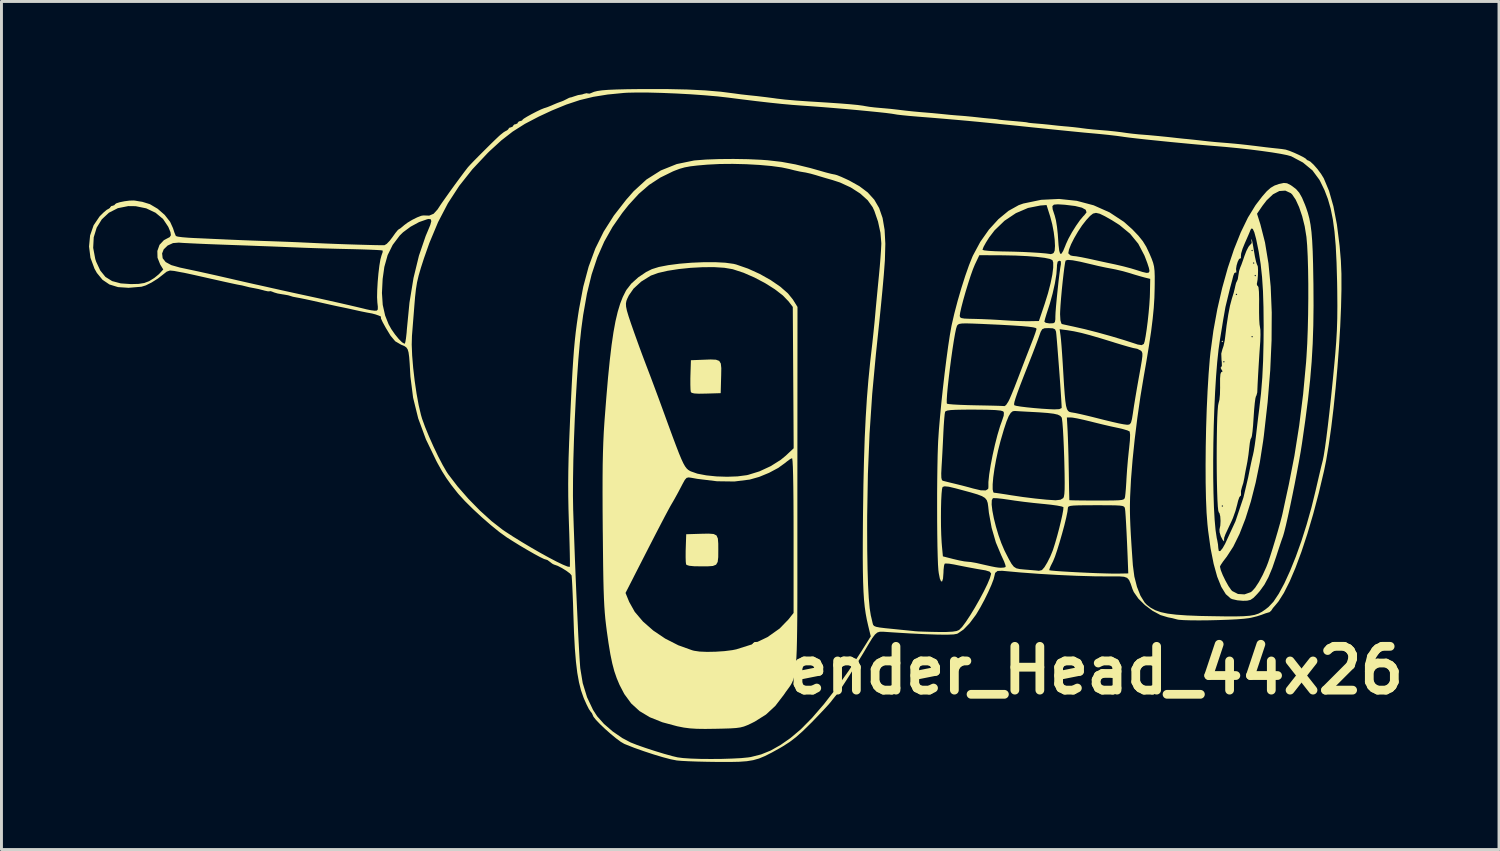
<source format=kicad_pcb>
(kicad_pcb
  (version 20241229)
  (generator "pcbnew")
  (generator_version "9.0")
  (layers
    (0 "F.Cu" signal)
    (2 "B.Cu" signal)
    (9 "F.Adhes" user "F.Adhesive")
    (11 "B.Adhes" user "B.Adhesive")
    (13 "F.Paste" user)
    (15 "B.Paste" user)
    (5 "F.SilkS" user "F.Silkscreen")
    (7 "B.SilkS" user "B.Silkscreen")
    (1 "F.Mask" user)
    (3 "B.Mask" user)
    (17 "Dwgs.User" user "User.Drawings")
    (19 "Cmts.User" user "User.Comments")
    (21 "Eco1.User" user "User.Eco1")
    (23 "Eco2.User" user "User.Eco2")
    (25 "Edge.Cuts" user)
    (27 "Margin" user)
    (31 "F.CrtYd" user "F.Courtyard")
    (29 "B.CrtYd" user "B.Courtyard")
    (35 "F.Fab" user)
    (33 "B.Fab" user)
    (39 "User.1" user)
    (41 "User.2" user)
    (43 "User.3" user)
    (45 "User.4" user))
  (footprint "Bender_Head_44x26"
    (layer "F.Cu")
    (at 21.45 10.713)
    (property "Reference" "Bender_Head_44x26" (at 12.3 9.2 0) (layer "F.SilkS") (effects (font (size 1.5 1.5) (thickness 0.3))))
    (attr board_only exclude_from_pos_files exclude_from_bom)
    (fp_poly (pts (xy 17.399 -2.067) (xy 17.372 -2.041) (xy 17.345 -2.067) (xy 17.372 -2.094)) (stroke (width 0) (type solid)) (fill yes) (layer "F.SilkS"))
    (fp_poly (pts (xy 0.026 -1.441) (xy 0.137 -1.4) (xy 0.192 -1.31) (xy 0.209 -1.153) (xy 0.205 -0.914) (xy 0.203 -0.844) (xy 0.188 -0.295) (xy -0.31 -0.28) (xy -0.559 -0.276) (xy -0.719 -0.285) (xy -0.806 -0.307) (xy -0.835 -0.338) (xy -0.846 -0.421) (xy -0.851 -0.584) (xy -0.851 -0.797) (xy -0.848 -0.917) (xy -0.832 -1.423) (xy -0.43 -1.439) (xy -0.157 -1.449)) (stroke (width 0) (type solid)) (fill yes) (layer "F.SilkS"))
    (fp_poly (pts (xy -0.053 4.53) (xy 0.044 4.579) (xy 0.091 4.683) (xy 0.105 4.859) (xy 0.106 5.075) (xy 0.104 5.324) (xy 0.085 5.487) (xy 0.03 5.581) (xy -0.08 5.625) (xy -0.264 5.638) (xy -0.464 5.638) (xy -0.724 5.634) (xy -0.89 5.618) (xy -0.977 5.59) (xy -0.997 5.567) (xy -1.008 5.484) (xy -1.013 5.322) (xy -1.012 5.112) (xy -1.009 5.017) (xy -0.993 4.538) (xy -0.477 4.522) (xy -0.221 4.517)) (stroke (width 0) (type solid)) (fill yes) (layer "F.SilkS"))
    (fp_poly (pts (xy 18.381 -5.565) (xy 18.403 -5.469) (xy 18.433 -5.303) (xy 18.453 -5.182) (xy 18.49 -4.968) (xy 18.527 -4.799) (xy 18.559 -4.7) (xy 18.57 -4.684) (xy 18.589 -4.629) (xy 18.596 -4.503) (xy 18.592 -4.342) (xy 18.58 -4.182) (xy 18.559 -4.06) (xy 18.553 -4.041) (xy 18.564 -3.98) (xy 18.586 -3.974) (xy 18.611 -3.921) (xy 18.627 -3.766) (xy 18.633 -3.514) (xy 18.631 -3.316) (xy 18.631 -3.053) (xy 18.636 -2.822) (xy 18.647 -2.649) (xy 18.662 -2.559) (xy 18.676 -2.464) (xy 18.679 -2.292) (xy 18.672 -2.071) (xy 18.663 -1.941) (xy 18.642 -1.644) (xy 18.62 -1.291) (xy 18.598 -0.924) (xy 18.58 -0.585) (xy 18.569 -0.322) (xy 18.54 -0.214) (xy 18.524 -0.188) (xy 18.505 -0.116) (xy 18.484 0.04) (xy 18.463 0.259) (xy 18.445 0.519) (xy 18.443 0.55) (xy 18.426 0.807) (xy 18.406 1.02) (xy 18.385 1.169) (xy 18.367 1.234) (xy 18.364 1.235) (xy 18.339 1.284) (xy 18.314 1.411) (xy 18.295 1.571) (xy 18.268 1.807) (xy 18.231 2.049) (xy 18.207 2.175) (xy 18.168 2.368) (xy 18.136 2.546) (xy 18.127 2.604) (xy 18.091 2.78) (xy 18.046 2.922) (xy 18.011 3.055) (xy 18.012 3.151) (xy 18.011 3.214) (xy 17.992 3.222) (xy 17.955 3.27) (xy 17.912 3.393) (xy 17.883 3.514) (xy 17.822 3.739) (xy 17.735 3.983) (xy 17.688 4.091) (xy 17.599 4.28) (xy 17.518 4.454) (xy 17.48 4.535) (xy 17.436 4.657) (xy 17.431 4.735) (xy 17.433 4.737) (xy 17.433 4.778) (xy 17.426 4.779) (xy 17.386 4.735) (xy 17.33 4.627) (xy 17.321 4.608) (xy 17.279 4.472) (xy 17.274 4.373) (xy 17.276 4.367) (xy 17.303 4.24) (xy 17.311 4.08) (xy 17.301 3.926) (xy 17.275 3.817) (xy 17.251 3.788) (xy 17.233 3.729) (xy 17.217 3.578) (xy 17.217 3.571) (xy 17.345 3.571) (xy 17.372 3.598) (xy 17.399 3.571) (xy 17.372 3.544) (xy 17.345 3.571) (xy 17.217 3.571) (xy 17.204 3.35) (xy 17.194 3.06) (xy 17.186 2.722) (xy 17.181 2.352) (xy 17.179 1.965) (xy 17.18 1.576) (xy 17.184 1.2) (xy 17.19 0.852) (xy 17.199 0.547) (xy 17.212 0.3) (xy 17.227 0.126) (xy 17.245 0.04) (xy 17.273 -0.069) (xy 17.291 -0.256) (xy 17.296 -0.49) (xy 17.295 -0.547) (xy 17.295 -0.798) (xy 17.308 -0.951) (xy 17.336 -1.016) (xy 17.348 -1.02) (xy 17.383 -1.041) (xy 17.345 -1.101) (xy 17.312 -1.165) (xy 17.33 -1.181) (xy 17.356 -1.23) (xy 17.353 -1.36) (xy 17.352 -1.369) (xy 17.399 -1.369) (xy 17.426 -1.342) (xy 17.452 -1.369) (xy 17.426 -1.396) (xy 17.399 -1.369) (xy 17.352 -1.369) (xy 17.345 -1.424) (xy 17.336 -1.65) (xy 17.373 -1.792) (xy 17.416 -1.918) (xy 17.454 -2.099) (xy 17.468 -2.207) (xy 17.471 -2.229) (xy 18.365 -2.229) (xy 18.392 -2.202) (xy 18.419 -2.229) (xy 18.392 -2.255) (xy 18.365 -2.229) (xy 17.471 -2.229) (xy 17.517 -2.608) (xy 17.574 -2.978) (xy 17.635 -3.292) (xy 17.697 -3.526) (xy 17.703 -3.544) (xy 17.744 -3.678) (xy 17.828 -3.678) (xy 17.855 -3.652) (xy 17.882 -3.678) (xy 17.855 -3.705) (xy 17.828 -3.678) (xy 17.744 -3.678) (xy 17.76 -3.729) (xy 17.803 -3.902) (xy 17.812 -3.947) (xy 17.842 -4.07) (xy 17.874 -4.135) (xy 17.902 -4.202) (xy 17.921 -4.323) (xy 18.473 -4.323) (xy 18.5 -4.296) (xy 18.526 -4.323) (xy 18.5 -4.35) (xy 18.473 -4.323) (xy 17.921 -4.323) (xy 17.947 -4.479) (xy 17.983 -4.591) (xy 18.028 -4.701) (xy 18.046 -4.752) (xy 18.419 -4.752) (xy 18.446 -4.726) (xy 18.473 -4.752) (xy 18.446 -4.779) (xy 18.419 -4.752) (xy 18.046 -4.752) (xy 18.088 -4.87) (xy 18.13 -4.994) (xy 18.197 -5.169) (xy 18.204 -5.182) (xy 18.365 -5.182) (xy 18.392 -5.155) (xy 18.419 -5.182) (xy 18.392 -5.209) (xy 18.365 -5.182) (xy 18.204 -5.182) (xy 18.267 -5.306) (xy 18.309 -5.359) (xy 18.371 -5.426) (xy 18.379 -5.453) (xy 18.37 -5.521) (xy 18.371 -5.571)) (stroke (width 0) (type solid)) (fill yes) (layer "F.SilkS"))
    (fp_poly (pts (xy 0.35 -4.763) (xy 0.633 -4.724) (xy 0.72 -4.702) (xy 1.125 -4.561) (xy 1.524 -4.38) (xy 1.899 -4.169) (xy 2.227 -3.944) (xy 2.49 -3.714) (xy 2.658 -3.507) (xy 2.819 -3.249) (xy 2.815 3.007) (xy 2.815 3.965) (xy 2.815 4.822) (xy 2.815 5.584) (xy 2.815 6.256) (xy 2.814 6.846) (xy 2.812 7.359) (xy 2.807 7.802) (xy 2.801 8.181) (xy 2.793 8.501) (xy 2.781 8.769) (xy 2.766 8.991) (xy 2.748 9.174) (xy 2.725 9.323) (xy 2.698 9.444) (xy 2.666 9.544) (xy 2.629 9.629) (xy 2.586 9.705) (xy 2.537 9.778) (xy 2.481 9.854) (xy 2.418 9.94) (xy 2.348 10.042) (xy 2.348 10.042) (xy 2.059 10.419) (xy 1.739 10.715) (xy 1.358 10.955) (xy 1.235 11.017) (xy 1.099 11.08) (xy 0.982 11.125) (xy 0.861 11.156) (xy 0.714 11.176) (xy 0.519 11.189) (xy 0.253 11.197) (xy 0.027 11.202) (xy -0.341 11.207) (xy -0.629 11.203) (xy -0.864 11.188) (xy -1.074 11.161) (xy -1.285 11.119) (xy -1.289 11.119) (xy -1.81 10.979) (xy -2.24 10.807) (xy -2.592 10.596) (xy -2.878 10.334) (xy -3.113 10.013) (xy -3.276 9.701) (xy -3.374 9.468) (xy -3.456 9.229) (xy -3.526 8.964) (xy -3.591 8.651) (xy -3.654 8.271) (xy -3.712 7.864) (xy -3.739 7.651) (xy -3.763 7.444) (xy -3.782 7.232) (xy -3.798 7.001) (xy -3.811 6.74) (xy -3.818 6.549) (xy -3.072 6.549) (xy -2.946 6.857) (xy -2.756 7.196) (xy -2.475 7.527) (xy -2.122 7.837) (xy -1.712 8.113) (xy -1.263 8.342) (xy -0.792 8.511) (xy -0.725 8.529) (xy -0.537 8.557) (xy -0.278 8.568) (xy 0.018 8.562) (xy 0.318 8.542) (xy 0.587 8.508) (xy 0.725 8.48) (xy 1.295 8.3) (xy 1.792 8.061) (xy 2.207 7.768) (xy 2.509 7.457) (xy 2.685 7.234) (xy 2.685 4.584) (xy 2.684 3.947) (xy 2.681 3.389) (xy 2.676 2.915) (xy 2.669 2.529) (xy 2.661 2.235) (xy 2.65 2.038) (xy 2.638 1.942) (xy 2.633 1.933) (xy 2.564 1.966) (xy 2.452 2.049) (xy 2.399 2.093) (xy 2.156 2.268) (xy 1.845 2.434) (xy 1.508 2.573) (xy 1.184 2.665) (xy 0.658 2.731) (xy 0.061 2.723) (xy -0.611 2.641) (xy -0.805 2.606) (xy -0.909 2.591) (xy -0.979 2.607) (xy -1.04 2.675) (xy -1.116 2.812) (xy -1.153 2.883) (xy -1.269 3.104) (xy -1.397 3.336) (xy -1.471 3.464) (xy -1.534 3.572) (xy -1.617 3.725) (xy -1.726 3.929) (xy -1.863 4.191) (xy -2.034 4.52) (xy -2.241 4.922) (xy -2.488 5.405) (xy -2.78 5.976) (xy -2.805 6.027) (xy -3.072 6.549) (xy -3.818 6.549) (xy -3.822 6.436) (xy -3.831 6.077) (xy -3.838 5.651) (xy -3.844 5.144) (xy -3.85 4.545) (xy -3.852 4.403) (xy -3.857 3.712) (xy -3.859 3.115) (xy -3.858 2.597) (xy -3.854 2.145) (xy -3.845 1.744) (xy -3.833 1.382) (xy -3.817 1.043) (xy -3.796 0.715) (xy -3.791 0.644) (xy -3.73 -0.141) (xy -3.671 -0.828) (xy -3.611 -1.425) (xy -3.55 -1.939) (xy -3.485 -2.381) (xy -3.416 -2.758) (xy -3.34 -3.08) (xy -3.257 -3.354) (xy -3.253 -3.366) (xy -3.058 -3.366) (xy -3.053 -3.258) (xy -3.024 -3.118) (xy -2.968 -2.93) (xy -2.884 -2.678) (xy -2.768 -2.348) (xy -2.696 -2.148) (xy -2.606 -1.898) (xy -2.494 -1.594) (xy -2.376 -1.282) (xy -2.307 -1.101) (xy -2.201 -0.823) (xy -2.074 -0.483) (xy -1.94 -0.123) (xy -1.815 0.219) (xy -1.797 0.268) (xy -1.614 0.771) (xy -1.463 1.182) (xy -1.339 1.512) (xy -1.239 1.771) (xy -1.157 1.967) (xy -1.089 2.112) (xy -1.031 2.214) (xy -0.978 2.284) (xy -0.926 2.332) (xy -0.87 2.367) (xy -0.836 2.384) (xy -0.61 2.463) (xy -0.307 2.521) (xy 0.042 2.557) (xy 0.409 2.569) (xy 0.765 2.556) (xy 1.078 2.515) (xy 1.128 2.504) (xy 1.516 2.384) (xy 1.902 2.205) (xy 2.246 1.988) (xy 2.416 1.848) (xy 2.688 1.593) (xy 2.673 -0.828) (xy 2.658 -3.249) (xy 2.512 -3.44) (xy 2.317 -3.642) (xy 2.041 -3.855) (xy 1.708 -4.065) (xy 1.344 -4.257) (xy 0.97 -4.42) (xy 0.613 -4.537) (xy 0.591 -4.543) (xy 0.312 -4.59) (xy -0.036 -4.612) (xy -0.429 -4.61) (xy -0.842 -4.588) (xy -1.25 -4.546) (xy -1.629 -4.487) (xy -1.952 -4.413) (xy -2.196 -4.325) (xy -2.213 -4.317) (xy -2.537 -4.115) (xy -2.796 -3.877) (xy -2.957 -3.645) (xy -3.007 -3.544) (xy -3.042 -3.456) (xy -3.058 -3.366) (xy -3.253 -3.366) (xy -3.166 -3.589) (xy -3.063 -3.794) (xy -3.041 -3.832) (xy -2.874 -4.048) (xy -2.636 -4.262) (xy -2.364 -4.446) (xy -2.169 -4.543) (xy -1.929 -4.618) (xy -1.606 -4.68) (xy -1.227 -4.729) (xy -0.817 -4.763) (xy -0.401 -4.781) (xy -0.003 -4.782)) (stroke (width 0) (type solid)) (fill yes) (layer "F.SilkS"))
    (fp_poly (pts (xy 19.589 -7.485) (xy 19.713 -7.422) (xy 19.765 -7.387) (xy 19.899 -7.285) (xy 20.006 -7.161) (xy 20.102 -6.992) (xy 20.203 -6.753) (xy 20.242 -6.65) (xy 20.303 -6.467) (xy 20.354 -6.276) (xy 20.394 -6.062) (xy 20.426 -5.814) (xy 20.45 -5.516) (xy 20.468 -5.155) (xy 20.481 -4.718) (xy 20.49 -4.191) (xy 20.493 -4.027) (xy 20.497 -3.293) (xy 20.489 -2.621) (xy 20.468 -1.987) (xy 20.432 -1.369) (xy 20.379 -0.741) (xy 20.307 -0.08) (xy 20.214 0.639) (xy 20.103 1.414) (xy 20.057 1.703) (xy 19.997 2.045) (xy 19.927 2.422) (xy 19.851 2.817) (xy 19.771 3.214) (xy 19.692 3.594) (xy 19.617 3.941) (xy 19.549 4.238) (xy 19.492 4.467) (xy 19.45 4.611) (xy 19.443 4.629) (xy 19.406 4.731) (xy 19.346 4.908) (xy 19.273 5.13) (xy 19.222 5.289) (xy 19.085 5.691) (xy 18.952 6.009) (xy 18.814 6.265) (xy 18.657 6.483) (xy 18.57 6.583) (xy 18.44 6.717) (xy 18.337 6.787) (xy 18.221 6.814) (xy 18.077 6.818) (xy 17.885 6.801) (xy 17.716 6.762) (xy 17.66 6.739) (xy 17.491 6.591) (xy 17.337 6.341) (xy 17.197 5.994) (xy 17.101 5.647) (xy 17.291 5.647) (xy 17.318 5.765) (xy 17.387 5.938) (xy 17.481 6.132) (xy 17.583 6.314) (xy 17.676 6.447) (xy 17.711 6.484) (xy 17.909 6.585) (xy 18.132 6.598) (xy 18.342 6.524) (xy 18.387 6.492) (xy 18.496 6.371) (xy 18.625 6.175) (xy 18.757 5.929) (xy 18.879 5.661) (xy 18.939 5.507) (xy 19.009 5.3) (xy 19.094 5.031) (xy 19.186 4.73) (xy 19.275 4.426) (xy 19.353 4.149) (xy 19.411 3.928) (xy 19.432 3.84) (xy 19.465 3.687) (xy 19.514 3.458) (xy 19.574 3.181) (xy 19.639 2.884) (xy 19.653 2.819) (xy 19.841 1.855) (xy 20.005 0.818) (xy 20.14 -0.261) (xy 20.241 -1.349) (xy 20.256 -1.563) (xy 20.281 -1.994) (xy 20.299 -2.478) (xy 20.311 -2.994) (xy 20.317 -3.522) (xy 20.317 -4.042) (xy 20.31 -4.536) (xy 20.297 -4.982) (xy 20.278 -5.36) (xy 20.253 -5.652) (xy 20.252 -5.655) (xy 20.194 -6.011) (xy 20.108 -6.355) (xy 20.003 -6.666) (xy 19.886 -6.922) (xy 19.765 -7.101) (xy 19.718 -7.146) (xy 19.53 -7.233) (xy 19.325 -7.219) (xy 19.109 -7.107) (xy 18.89 -6.9) (xy 18.745 -6.711) (xy 18.561 -6.441) (xy 18.675 -6.08) (xy 18.834 -5.458) (xy 18.952 -4.743) (xy 19.029 -3.941) (xy 19.065 -3.058) (xy 19.059 -2.1) (xy 19.013 -1.074) (xy 18.924 0.016) (xy 18.795 1.161) (xy 18.771 1.342) (xy 18.657 2.072) (xy 18.515 2.766) (xy 18.35 3.415) (xy 18.164 4.006) (xy 17.962 4.526) (xy 17.747 4.963) (xy 17.524 5.307) (xy 17.508 5.327) (xy 17.396 5.474) (xy 17.318 5.59) (xy 17.291 5.647) (xy 17.101 5.647) (xy 17.075 5.553) (xy 16.97 5.024) (xy 16.885 4.411) (xy 16.862 4.189) (xy 16.832 3.798) (xy 16.812 3.318) (xy 16.801 2.769) (xy 16.799 2.169) (xy 16.8 2.018) (xy 17.059 2.018) (xy 17.06 2.589) (xy 17.069 3.127) (xy 17.085 3.617) (xy 17.109 4.046) (xy 17.141 4.401) (xy 17.181 4.669) (xy 17.2 4.752) (xy 17.224 4.889) (xy 17.234 5.011) (xy 17.252 5.113) (xy 17.301 5.115) (xy 17.382 5.016) (xy 17.465 4.87) (xy 17.822 4.095) (xy 18.096 3.279) (xy 18.26 2.58) (xy 18.311 2.324) (xy 18.36 2.088) (xy 18.401 1.903) (xy 18.421 1.826) (xy 18.45 1.688) (xy 18.484 1.48) (xy 18.517 1.236) (xy 18.53 1.128) (xy 18.563 0.842) (xy 18.599 0.538) (xy 18.633 0.272) (xy 18.64 0.215) (xy 18.698 -0.292) (xy 18.741 -0.823) (xy 18.769 -1.4) (xy 18.784 -2.045) (xy 18.788 -2.604) (xy 18.782 -3.239) (xy 18.765 -3.788) (xy 18.733 -4.274) (xy 18.685 -4.717) (xy 18.619 -5.139) (xy 18.533 -5.562) (xy 18.528 -5.585) (xy 18.468 -5.807) (xy 18.414 -5.924) (xy 18.364 -5.934) (xy 18.333 -5.876) (xy 18.293 -5.776) (xy 18.223 -5.614) (xy 18.14 -5.426) (xy 18.064 -5.24) (xy 18.017 -5.081) (xy 18.008 -4.984) (xy 18.008 -4.983) (xy 18.01 -4.916) (xy 17.989 -4.914) (xy 17.946 -4.89) (xy 17.899 -4.797) (xy 17.861 -4.671) (xy 17.842 -4.549) (xy 17.85 -4.479) (xy 17.852 -4.425) (xy 17.829 -4.43) (xy 17.783 -4.408) (xy 17.746 -4.312) (xy 17.71 -4.165) (xy 17.66 -3.98) (xy 17.643 -3.92) (xy 17.479 -3.247) (xy 17.399 -2.792) (xy 17.36 -2.549) (xy 17.318 -2.293) (xy 17.294 -2.148) (xy 17.243 -1.793) (xy 17.197 -1.363) (xy 17.158 -0.873) (xy 17.125 -0.335) (xy 17.098 0.236) (xy 17.078 0.828) (xy 17.065 1.426) (xy 17.059 2.018) (xy 16.8 2.018) (xy 16.804 1.536) (xy 16.817 0.889) (xy 16.838 0.247) (xy 16.867 -0.372) (xy 16.902 -0.949) (xy 16.943 -1.465) (xy 16.966 -1.692) (xy 17.066 -2.435) (xy 17.201 -3.175) (xy 17.367 -3.897) (xy 17.559 -4.585) (xy 17.773 -5.226) (xy 18.005 -5.806) (xy 18.249 -6.309) (xy 18.502 -6.722) (xy 18.548 -6.785) (xy 18.741 -7.036) (xy 18.895 -7.212) (xy 19.029 -7.33) (xy 19.162 -7.408) (xy 19.312 -7.46) (xy 19.324 -7.463) (xy 19.478 -7.496)) (stroke (width 0) (type solid)) (fill yes) (layer "F.SilkS"))
    (fp_poly (pts (xy -1.658 -10.712) (xy -0.965 -10.697) (xy -0.353 -10.667) (xy 0.192 -10.621) (xy 0.683 -10.558) (xy 0.725 -10.552) (xy 0.878 -10.531) (xy 1.074 -10.509) (xy 1.155 -10.5) (xy 1.433 -10.471) (xy 1.735 -10.435) (xy 2.005 -10.4) (xy 2.094 -10.387) (xy 2.39 -10.352) (xy 2.789 -10.317) (xy 3.286 -10.283) (xy 3.329 -10.281) (xy 3.855 -10.248) (xy 4.282 -10.219) (xy 4.62 -10.192) (xy 4.877 -10.167) (xy 5.062 -10.142) (xy 5.155 -10.125) (xy 5.282 -10.104) (xy 5.469 -10.082) (xy 5.612 -10.069) (xy 5.817 -10.051) (xy 6.004 -10.034) (xy 6.095 -10.024) (xy 6.242 -10.007) (xy 6.44 -9.983) (xy 6.551 -9.97) (xy 6.776 -9.946) (xy 7.036 -9.922) (xy 7.196 -9.909) (xy 7.437 -9.889) (xy 7.685 -9.865) (xy 7.826 -9.851) (xy 8.052 -9.828) (xy 8.288 -9.808) (xy 8.363 -9.803) (xy 8.561 -9.787) (xy 8.802 -9.764) (xy 8.968 -9.746) (xy 9.185 -9.722) (xy 9.388 -9.702) (xy 9.505 -9.693) (xy 9.629 -9.681) (xy 9.691 -9.671) (xy 9.693 -9.67) (xy 9.741 -9.661) (xy 9.868 -9.647) (xy 10.015 -9.634) (xy 10.319 -9.608) (xy 10.528 -9.589) (xy 10.653 -9.575) (xy 10.708 -9.565) (xy 10.713 -9.562) (xy 10.762 -9.554) (xy 10.887 -9.541) (xy 11.008 -9.531) (xy 11.232 -9.512) (xy 11.46 -9.489) (xy 11.545 -9.479) (xy 11.756 -9.456) (xy 11.989 -9.434) (xy 12.056 -9.429) (xy 12.271 -9.408) (xy 12.486 -9.383) (xy 12.547 -9.374) (xy 12.726 -9.351) (xy 12.953 -9.327) (xy 13.111 -9.314) (xy 13.439 -9.287) (xy 13.7 -9.26) (xy 13.935 -9.231) (xy 14.069 -9.211) (xy 14.28 -9.184) (xy 14.513 -9.16) (xy 14.579 -9.155) (xy 14.87 -9.132) (xy 15.201 -9.101) (xy 15.517 -9.069) (xy 15.68 -9.051) (xy 15.846 -9.032) (xy 16.056 -9.01) (xy 16.164 -9) (xy 16.387 -8.977) (xy 16.614 -8.952) (xy 16.701 -8.942) (xy 16.896 -8.92) (xy 17.132 -8.897) (xy 17.264 -8.886) (xy 17.562 -8.862) (xy 17.799 -8.841) (xy 18.01 -8.82) (xy 18.226 -8.796) (xy 18.48 -8.766) (xy 18.805 -8.726) (xy 18.849 -8.72) (xy 19.035 -8.699) (xy 19.236 -8.677) (xy 19.251 -8.676) (xy 19.411 -8.658) (xy 19.534 -8.639) (xy 19.551 -8.635) (xy 19.672 -8.596) (xy 19.83 -8.532) (xy 19.995 -8.457) (xy 20.138 -8.385) (xy 20.228 -8.33) (xy 20.245 -8.311) (xy 20.287 -8.272) (xy 20.305 -8.27) (xy 20.384 -8.229) (xy 20.499 -8.122) (xy 20.63 -7.973) (xy 20.753 -7.808) (xy 20.847 -7.655) (xy 21.026 -7.228) (xy 21.177 -6.699) (xy 21.298 -6.069) (xy 21.39 -5.339) (xy 21.433 -4.833) (xy 21.452 -4.385) (xy 21.453 -3.849) (xy 21.439 -3.243) (xy 21.411 -2.585) (xy 21.369 -1.891) (xy 21.316 -1.18) (xy 21.253 -0.47) (xy 21.182 0.221) (xy 21.103 0.877) (xy 21.018 1.479) (xy 20.929 2.009) (xy 20.857 2.363) (xy 20.676 3.127) (xy 20.484 3.851) (xy 20.285 4.525) (xy 20.082 5.14) (xy 19.878 5.688) (xy 19.677 6.16) (xy 19.481 6.548) (xy 19.294 6.843) (xy 19.198 6.959) (xy 19.106 7.066) (xy 19.054 7.144) (xy 19.052 7.15) (xy 18.991 7.206) (xy 18.955 7.217) (xy 18.85 7.248) (xy 18.714 7.299) (xy 18.562 7.348) (xy 18.367 7.396) (xy 18.285 7.412) (xy 18.112 7.433) (xy 17.868 7.452) (xy 17.571 7.467) (xy 17.244 7.478) (xy 16.908 7.486) (xy 16.582 7.489) (xy 16.289 7.487) (xy 16.049 7.48) (xy 15.883 7.468) (xy 15.828 7.458) (xy 15.658 7.413) (xy 15.51 7.384) (xy 15.254 7.307) (xy 14.983 7.161) (xy 14.722 6.966) (xy 14.498 6.745) (xy 14.339 6.518) (xy 14.294 6.414) (xy 14.232 6.23) (xy 14.178 6.106) (xy 14.11 6.032) (xy 14.007 5.995) (xy 13.846 5.982) (xy 13.606 5.982) (xy 13.515 5.983) (xy 12.991 5.979) (xy 12.393 5.962) (xy 11.751 5.933) (xy 11.098 5.895) (xy 10.464 5.848) (xy 9.882 5.795) (xy 9.831 5.79) (xy 9.672 5.796) (xy 9.59 5.862) (xy 9.57 5.947) (xy 9.537 6.078) (xy 9.461 6.277) (xy 9.353 6.519) (xy 9.225 6.78) (xy 9.088 7.035) (xy 8.954 7.261) (xy 8.927 7.303) (xy 8.717 7.585) (xy 8.507 7.802) (xy 8.312 7.936) (xy 8.283 7.949) (xy 8.166 7.97) (xy 7.944 7.979) (xy 7.622 7.976) (xy 7.203 7.962) (xy 6.689 7.937) (xy 6.084 7.9) (xy 5.751 7.877) (xy 5.642 7.877) (xy 5.555 7.904) (xy 5.472 7.974) (xy 5.376 8.103) (xy 5.252 8.306) (xy 5.2 8.394) (xy 5.077 8.603) (xy 4.928 8.847) (xy 4.766 9.108) (xy 4.603 9.368) (xy 4.45 9.607) (xy 4.319 9.808) (xy 4.221 9.952) (xy 4.171 10.018) (xy 4.099 10.104) (xy 3.999 10.23) (xy 3.974 10.264) (xy 3.888 10.366) (xy 3.743 10.524) (xy 3.558 10.72) (xy 3.351 10.935) (xy 3.274 11.013) (xy 3.001 11.281) (xy 2.769 11.487) (xy 2.551 11.654) (xy 2.32 11.802) (xy 2.211 11.866) (xy 1.935 12.019) (xy 1.706 12.135) (xy 1.503 12.22) (xy 1.302 12.277) (xy 1.083 12.313) (xy 0.824 12.332) (xy 0.501 12.339) (xy 0.094 12.338) (xy 0.077 12.338) (xy -0.277 12.333) (xy -0.617 12.325) (xy -0.921 12.314) (xy -1.164 12.301) (xy -1.324 12.287) (xy -1.325 12.286) (xy -1.523 12.247) (xy -1.793 12.176) (xy -2.109 12.081) (xy -2.444 11.971) (xy -2.771 11.855) (xy -3.063 11.74) (xy -3.118 11.717) (xy -3.238 11.647) (xy -3.399 11.527) (xy -3.583 11.375) (xy -3.772 11.208) (xy -3.945 11.043) (xy -4.084 10.898) (xy -4.17 10.789) (xy -4.189 10.746) (xy -4.223 10.669) (xy -4.269 10.613) (xy -4.327 10.527) (xy -4.406 10.37) (xy -4.494 10.173) (xy -4.514 10.123) (xy -4.597 9.884) (xy -4.666 9.61) (xy -4.724 9.288) (xy -4.77 8.909) (xy -4.807 8.458) (xy -4.836 7.924) (xy -4.858 7.296) (xy -4.859 7.276) (xy -4.87 6.918) (xy -4.883 6.592) (xy -4.895 6.316) (xy -4.907 6.105) (xy -4.917 5.975) (xy -4.921 5.946) (xy -4.978 5.88) (xy -5.099 5.79) (xy -5.25 5.696) (xy -5.398 5.62) (xy -5.508 5.581) (xy -5.517 5.58) (xy -5.584 5.545) (xy -5.658 5.487) (xy -5.746 5.422) (xy -5.792 5.407) (xy -5.86 5.387) (xy -6.001 5.319) (xy -6.198 5.213) (xy -6.433 5.078) (xy -6.691 4.926) (xy -6.952 4.764) (xy -7.144 4.642) (xy -7.391 4.464) (xy -7.682 4.228) (xy -7.993 3.958) (xy -8.297 3.676) (xy -8.571 3.405) (xy -8.789 3.167) (xy -8.834 3.113) (xy -9.044 2.846) (xy -9.208 2.616) (xy -9.354 2.385) (xy -9.508 2.111) (xy -9.55 2.032) (xy -9.909 1.288) (xy -10.174 0.569) (xy -10.349 -0.141) (xy -10.44 -0.858) (xy -10.447 -0.967) (xy -10.465 -1.293) (xy -10.483 -1.53) (xy -10.505 -1.693) (xy -10.537 -1.799) (xy -10.585 -1.866) (xy -10.652 -1.911) (xy -10.746 -1.95) (xy -10.755 -1.953) (xy -10.763 -1.957) (xy -10.396 -1.957) (xy -10.381 -1.583) (xy -10.346 -1.161) (xy -10.295 -0.718) (xy -10.231 -0.283) (xy -10.158 0.116) (xy -10.079 0.452) (xy -10.041 0.581) (xy -9.938 0.864) (xy -9.803 1.191) (xy -9.65 1.535) (xy -9.49 1.869) (xy -9.335 2.167) (xy -9.199 2.402) (xy -9.146 2.482) (xy -8.824 2.902) (xy -8.454 3.325) (xy -8.059 3.728) (xy -7.662 4.088) (xy -7.286 4.381) (xy -7.211 4.433) (xy -6.923 4.62) (xy -6.614 4.811) (xy -6.297 5) (xy -5.985 5.179) (xy -5.693 5.34) (xy -5.433 5.476) (xy -5.22 5.579) (xy -5.067 5.642) (xy -4.988 5.657) (xy -4.981 5.652) (xy -4.977 5.59) (xy -4.977 5.435) (xy -4.981 5.2) (xy -4.988 4.901) (xy -4.998 4.551) (xy -5.011 4.166) (xy -5.012 4.135) (xy -5.026 3.67) (xy -5.034 3.238) (xy -5.034 3.216) (xy -4.873 3.216) (xy -4.865 3.717) (xy -4.864 3.729) (xy -4.847 4.248) (xy -4.827 4.799) (xy -4.806 5.369) (xy -4.783 5.944) (xy -4.759 6.513) (xy -4.734 7.061) (xy -4.71 7.575) (xy -4.688 8.042) (xy -4.666 8.45) (xy -4.647 8.784) (xy -4.63 9.031) (xy -4.622 9.131) (xy -4.538 9.639) (xy -4.389 10.124) (xy -4.184 10.557) (xy -4.043 10.774) (xy -3.81 11.036) (xy -3.51 11.295) (xy -3.179 11.522) (xy -2.899 11.67) (xy -2.681 11.756) (xy -2.393 11.857) (xy -2.071 11.962) (xy -1.75 12.06) (xy -1.465 12.139) (xy -1.289 12.181) (xy -1.102 12.205) (xy -0.833 12.223) (xy -0.505 12.234) (xy -0.145 12.237) (xy 0.223 12.234) (xy 0.575 12.223) (xy 0.887 12.207) (xy 1.132 12.183) (xy 1.222 12.169) (xy 1.571 12.081) (xy 1.9 11.948) (xy 2.239 11.756) (xy 2.579 11.519) (xy 2.933 11.22) (xy 3.318 10.83) (xy 3.727 10.356) (xy 4.151 9.81) (xy 4.585 9.198) (xy 5.02 8.531) (xy 5.047 8.488) (xy 5.329 8.036) (xy 5.238 7.659) (xy 5.192 7.455) (xy 5.154 7.249) (xy 5.123 7.029) (xy 5.098 6.785) (xy 5.08 6.505) (xy 5.067 6.179) (xy 5.059 5.796) (xy 5.055 5.345) (xy 5.056 4.815) (xy 5.06 4.194) (xy 5.064 3.786) (xy 5.077 2.849) (xy 5.097 2.004) (xy 5.122 1.237) (xy 5.156 0.533) (xy 5.197 -0.124) (xy 5.248 -0.747) (xy 5.308 -1.353) (xy 5.347 -1.692) (xy 5.385 -2.024) (xy 5.423 -2.384) (xy 5.458 -2.725) (xy 5.479 -2.953) (xy 5.503 -3.225) (xy 5.535 -3.562) (xy 5.57 -3.926) (xy 5.604 -4.275) (xy 5.609 -4.323) (xy 5.638 -4.635) (xy 5.662 -4.936) (xy 5.68 -5.197) (xy 5.69 -5.39) (xy 5.691 -5.433) (xy 5.661 -5.788) (xy 5.577 -6.174) (xy 5.452 -6.538) (xy 5.393 -6.666) (xy 5.222 -6.905) (xy 4.965 -7.135) (xy 4.643 -7.342) (xy 4.276 -7.511) (xy 4.016 -7.596) (xy 3.788 -7.661) (xy 3.547 -7.733) (xy 3.464 -7.759) (xy 3.273 -7.813) (xy 3.097 -7.853) (xy 3.034 -7.863) (xy 2.894 -7.887) (xy 2.7 -7.931) (xy 2.551 -7.97) (xy 2.279 -8.028) (xy 1.925 -8.076) (xy 1.512 -8.113) (xy 1.063 -8.138) (xy 0.603 -8.149) (xy 0.155 -8.145) (xy -0.255 -8.124) (xy -0.282 -8.122) (xy -0.607 -8.094) (xy -0.853 -8.065) (xy -1.047 -8.029) (xy -1.217 -7.981) (xy -1.391 -7.915) (xy -1.449 -7.891) (xy -1.879 -7.68) (xy -2.261 -7.431) (xy -2.616 -7.124) (xy -2.966 -6.742) (xy -3.182 -6.471) (xy -3.517 -5.99) (xy -3.8 -5.489) (xy -4.037 -4.951) (xy -4.233 -4.362) (xy -4.393 -3.707) (xy -4.523 -2.971) (xy -4.587 -2.497) (xy -4.639 -2.009) (xy -4.689 -1.435) (xy -4.734 -0.796) (xy -4.775 -0.114) (xy -4.81 0.592) (xy -4.838 1.299) (xy -4.859 1.986) (xy -4.87 2.632) (xy -4.873 3.216) (xy -5.034 3.216) (xy -5.036 2.817) (xy -5.032 2.385) (xy -5.022 1.919) (xy -5.004 1.397) (xy -4.979 0.796) (xy -4.972 0.618) (xy -4.942 -0.02) (xy -4.915 -0.565) (xy -4.89 -1.03) (xy -4.864 -1.431) (xy -4.838 -1.781) (xy -4.809 -2.095) (xy -4.777 -2.387) (xy -4.74 -2.672) (xy -4.698 -2.962) (xy -4.666 -3.168) (xy -4.52 -3.94) (xy -4.336 -4.628) (xy -4.106 -5.251) (xy -3.821 -5.828) (xy -3.472 -6.378) (xy -3.05 -6.92) (xy -2.793 -7.212) (xy -2.355 -7.613) (xy -1.861 -7.925) (xy -1.317 -8.143) (xy -0.731 -8.264) (xy -0.69 -8.269) (xy -0.311 -8.298) (xy 0.141 -8.314) (xy 0.63 -8.318) (xy 1.123 -8.31) (xy 1.584 -8.289) (xy 1.799 -8.273) (xy 2.27 -8.219) (xy 2.745 -8.132) (xy 3.257 -8.007) (xy 3.579 -7.916) (xy 3.788 -7.856) (xy 3.963 -7.811) (xy 4.074 -7.788) (xy 4.092 -7.786) (xy 4.172 -7.764) (xy 4.321 -7.704) (xy 4.512 -7.617) (xy 4.594 -7.578) (xy 4.94 -7.385) (xy 5.224 -7.171) (xy 5.448 -6.924) (xy 5.616 -6.636) (xy 5.734 -6.295) (xy 5.803 -5.89) (xy 5.828 -5.413) (xy 5.813 -4.851) (xy 5.776 -4.35) (xy 5.75 -4.058) (xy 5.727 -3.803) (xy 5.704 -3.566) (xy 5.681 -3.327) (xy 5.655 -3.069) (xy 5.625 -2.772) (xy 5.588 -2.419) (xy 5.543 -1.991) (xy 5.506 -1.638) (xy 5.379 -0.273) (xy 5.288 1.085) (xy 5.231 2.47) (xy 5.206 3.915) (xy 5.205 4.35) (xy 5.208 5.086) (xy 5.219 5.729) (xy 5.236 6.276) (xy 5.261 6.725) (xy 5.292 7.074) (xy 5.33 7.318) (xy 5.34 7.357) (xy 5.367 7.471) (xy 5.391 7.577) (xy 5.408 7.637) (xy 5.442 7.679) (xy 5.512 7.709) (xy 5.636 7.733) (xy 5.832 7.757) (xy 6.054 7.779) (xy 6.319 7.806) (xy 6.56 7.83) (xy 6.748 7.849) (xy 6.847 7.86) (xy 6.965 7.868) (xy 7.161 7.875) (xy 7.407 7.882) (xy 7.627 7.886) (xy 7.924 7.886) (xy 8.132 7.875) (xy 8.27 7.853) (xy 8.356 7.817) (xy 8.359 7.814) (xy 8.457 7.716) (xy 8.586 7.542) (xy 8.737 7.313) (xy 8.897 7.05) (xy 9.056 6.77) (xy 9.202 6.496) (xy 9.324 6.246) (xy 9.41 6.041) (xy 9.45 5.901) (xy 9.451 5.882) (xy 9.401 5.819) (xy 9.262 5.776) (xy 9.25 5.774) (xy 8.982 5.729) (xy 8.653 5.668) (xy 8.308 5.6) (xy 8.175 5.573) (xy 8.012 5.546) (xy 7.894 5.54) (xy 7.859 5.548) (xy 7.838 5.618) (xy 7.823 5.758) (xy 7.819 5.861) (xy 7.804 6.058) (xy 7.774 6.154) (xy 7.736 6.151) (xy 7.695 6.055) (xy 7.658 5.868) (xy 7.645 5.762) (xy 7.632 5.574) (xy 7.622 5.295) (xy 7.613 4.943) (xy 7.607 4.534) (xy 7.603 4.085) (xy 7.603 3.952) (xy 7.733 3.952) (xy 7.735 4.261) (xy 7.743 4.556) (xy 7.757 4.819) (xy 7.767 4.944) (xy 7.8 5.296) (xy 8.156 5.387) (xy 8.356 5.434) (xy 8.529 5.467) (xy 8.631 5.478) (xy 8.76 5.49) (xy 8.931 5.52) (xy 8.981 5.531) (xy 9.261 5.595) (xy 9.459 5.639) (xy 9.595 5.666) (xy 9.692 5.68) (xy 9.771 5.686) (xy 9.778 5.687) (xy 9.895 5.679) (xy 9.95 5.659) (xy 9.943 5.599) (xy 9.896 5.469) (xy 9.817 5.297) (xy 9.8 5.262) (xy 9.615 4.82) (xy 9.47 4.319) (xy 9.376 3.804) (xy 9.371 3.759) (xy 9.353 3.592) (xy 9.343 3.521) (xy 9.47 3.521) (xy 9.495 3.734) (xy 9.545 3.991) (xy 9.616 4.274) (xy 9.703 4.565) (xy 9.802 4.845) (xy 9.909 5.095) (xy 9.939 5.155) (xy 10.061 5.393) (xy 10.151 5.552) (xy 10.23 5.651) (xy 10.316 5.705) (xy 10.43 5.731) (xy 10.592 5.747) (xy 10.644 5.751) (xy 10.843 5.767) (xy 11.001 5.781) (xy 11.086 5.79) (xy 11.089 5.79) (xy 11.179 5.77) (xy 11.444 5.77) (xy 11.505 5.781) (xy 11.653 5.795) (xy 11.872 5.811) (xy 12.141 5.827) (xy 12.442 5.843) (xy 12.757 5.858) (xy 13.066 5.871) (xy 13.35 5.88) (xy 13.591 5.886) (xy 13.769 5.887) (xy 13.774 5.887) (xy 14.15 5.88) (xy 14.143 5.692) (xy 14.127 5.275) (xy 14.11 4.875) (xy 14.093 4.507) (xy 14.076 4.186) (xy 14.061 3.929) (xy 14.048 3.749) (xy 14.038 3.665) (xy 14.027 3.622) (xy 14.002 3.591) (xy 13.949 3.569) (xy 13.853 3.556) (xy 13.699 3.548) (xy 13.472 3.545) (xy 13.157 3.544) (xy 13.048 3.544) (xy 12.703 3.545) (xy 12.452 3.548) (xy 12.279 3.555) (xy 12.17 3.567) (xy 12.11 3.586) (xy 12.086 3.614) (xy 12.082 3.639) (xy 12.066 3.768) (xy 12.023 3.975) (xy 11.96 4.234) (xy 11.882 4.521) (xy 11.798 4.812) (xy 11.715 5.081) (xy 11.639 5.305) (xy 11.576 5.459) (xy 11.565 5.482) (xy 11.49 5.63) (xy 11.448 5.736) (xy 11.444 5.77) (xy 11.179 5.77) (xy 11.18 5.77) (xy 11.199 5.758) (xy 11.278 5.668) (xy 11.376 5.506) (xy 11.477 5.305) (xy 11.564 5.094) (xy 11.575 5.062) (xy 11.642 4.851) (xy 11.713 4.604) (xy 11.782 4.344) (xy 11.843 4.093) (xy 11.892 3.873) (xy 11.922 3.707) (xy 11.929 3.616) (xy 11.927 3.608) (xy 11.864 3.585) (xy 11.715 3.556) (xy 11.503 3.527) (xy 11.248 3.5) (xy 11.223 3.498) (xy 10.905 3.466) (xy 10.569 3.427) (xy 10.26 3.386) (xy 10.069 3.357) (xy 9.847 3.325) (xy 9.66 3.305) (xy 9.539 3.3) (xy 9.512 3.304) (xy 9.475 3.372) (xy 9.47 3.521) (xy 9.343 3.521) (xy 9.335 3.466) (xy 9.302 3.37) (xy 9.241 3.295) (xy 9.139 3.233) (xy 8.982 3.173) (xy 8.756 3.106) (xy 8.449 3.023) (xy 8.233 2.965) (xy 8.003 2.91) (xy 7.859 2.896) (xy 7.79 2.918) (xy 7.77 2.99) (xy 7.754 3.15) (xy 7.742 3.377) (xy 7.735 3.651) (xy 7.733 3.952) (xy 7.603 3.952) (xy 7.602 3.614) (xy 7.602 3.136) (xy 7.606 2.669) (xy 7.609 2.454) (xy 7.743 2.454) (xy 7.747 2.604) (xy 7.767 2.682) (xy 7.796 2.706) (xy 7.882 2.728) (xy 8.038 2.767) (xy 8.216 2.81) (xy 8.451 2.868) (xy 8.691 2.931) (xy 8.834 2.971) (xy 9.096 3.033) (xy 9.268 3.037) (xy 9.351 2.985) (xy 9.359 2.927) (xy 9.359 2.827) (xy 9.505 2.827) (xy 9.505 3.003) (xy 9.528 3.101) (xy 9.55 3.115) (xy 9.619 3.123) (xy 9.769 3.145) (xy 9.975 3.176) (xy 10.127 3.201) (xy 10.544 3.263) (xy 10.963 3.315) (xy 11.347 3.354) (xy 11.66 3.375) (xy 11.827 3.356) (xy 11.923 3.3) (xy 11.945 3.25) (xy 11.961 3.154) (xy 11.97 3.001) (xy 11.972 2.778) (xy 11.969 2.476) (xy 11.96 2.081) (xy 11.956 1.926) (xy 11.943 1.559) (xy 11.928 1.225) (xy 11.912 0.939) (xy 11.895 0.718) (xy 11.878 0.577) (xy 11.868 0.537) (xy 12.047 0.537) (xy 12.073 1.007) (xy 12.082 1.225) (xy 12.092 1.519) (xy 12.102 1.859) (xy 12.109 2.215) (xy 12.113 2.416) (xy 12.118 2.722) (xy 12.122 2.987) (xy 12.127 3.195) (xy 12.13 3.329) (xy 12.132 3.37) (xy 12.184 3.374) (xy 12.326 3.378) (xy 12.542 3.381) (xy 12.812 3.383) (xy 13.075 3.383) (xy 13.413 3.383) (xy 13.658 3.38) (xy 13.827 3.374) (xy 13.934 3.362) (xy 13.994 3.342) (xy 14.024 3.312) (xy 14.037 3.271) (xy 14.039 3.262) (xy 14.052 3.157) (xy 14.068 2.975) (xy 14.083 2.748) (xy 14.089 2.631) (xy 14.109 2.329) (xy 14.138 1.985) (xy 14.171 1.662) (xy 14.179 1.593) (xy 14.206 1.326) (xy 14.213 1.132) (xy 14.2 1.027) (xy 14.193 1.015) (xy 14.118 0.98) (xy 13.969 0.936) (xy 13.778 0.891) (xy 13.771 0.89) (xy 13.548 0.842) (xy 13.268 0.777) (xy 12.979 0.706) (xy 12.861 0.676) (xy 12.62 0.618) (xy 12.405 0.571) (xy 12.245 0.543) (xy 12.186 0.538) (xy 12.047 0.537) (xy 11.868 0.537) (xy 11.867 0.537) (xy 11.82 0.483) (xy 11.735 0.441) (xy 11.595 0.409) (xy 11.388 0.384) (xy 11.097 0.362) (xy 10.859 0.349) (xy 10.625 0.337) (xy 10.432 0.326) (xy 10.305 0.318) (xy 10.268 0.315) (xy 10.194 0.324) (xy 10.124 0.38) (xy 10.054 0.494) (xy 9.978 0.679) (xy 9.89 0.945) (xy 9.785 1.304) (xy 9.774 1.342) (xy 9.691 1.665) (xy 9.621 1.991) (xy 9.565 2.304) (xy 9.525 2.589) (xy 9.505 2.827) (xy 9.359 2.827) (xy 9.359 2.747) (xy 9.386 2.489) (xy 9.436 2.175) (xy 9.503 1.829) (xy 9.582 1.475) (xy 9.669 1.136) (xy 9.759 0.835) (xy 9.825 0.651) (xy 9.883 0.477) (xy 9.89 0.373) (xy 9.866 0.329) (xy 9.785 0.303) (xy 9.598 0.284) (xy 9.306 0.273) (xy 8.907 0.269) (xy 8.855 0.268) (xy 8.505 0.27) (xy 8.248 0.275) (xy 8.07 0.284) (xy 7.958 0.3) (xy 7.897 0.322) (xy 7.875 0.347) (xy 7.861 0.429) (xy 7.845 0.594) (xy 7.829 0.819) (xy 7.815 1.08) (xy 7.815 1.085) (xy 7.8 1.4) (xy 7.783 1.732) (xy 7.766 2.036) (xy 7.755 2.215) (xy 7.743 2.454) (xy 7.609 2.454) (xy 7.612 2.23) (xy 7.62 1.835) (xy 7.631 1.502) (xy 7.638 1.342) (xy 7.663 0.963) (xy 7.701 0.521) (xy 7.747 0.038) (xy 7.759 -0.074) (xy 7.932 -0.074) (xy 7.932 0.042) (xy 7.939 0.066) (xy 8.003 0.079) (xy 8.156 0.093) (xy 8.38 0.105) (xy 8.657 0.115) (xy 8.916 0.121) (xy 9.225 0.127) (xy 9.498 0.133) (xy 9.716 0.139) (xy 9.861 0.145) (xy 9.912 0.149) (xy 9.965 0.111) (xy 9.985 0.08) (xy 10.238 0.08) (xy 10.246 0.118) (xy 10.247 0.119) (xy 10.315 0.14) (xy 10.467 0.165) (xy 10.679 0.191) (xy 10.929 0.216) (xy 11.194 0.238) (xy 11.449 0.254) (xy 11.613 0.261) (xy 11.789 0.253) (xy 11.865 0.216) (xy 11.869 0.201) (xy 11.865 0.111) (xy 11.855 -0.065) (xy 11.839 -0.309) (xy 11.819 -0.601) (xy 11.796 -0.922) (xy 11.771 -1.253) (xy 11.746 -1.575) (xy 11.723 -1.87) (xy 11.703 -2.117) (xy 11.687 -2.299) (xy 11.676 -2.396) (xy 11.675 -2.403) (xy 11.643 -2.48) (xy 11.631 -2.486) (xy 11.799 -2.486) (xy 11.832 -2.25) (xy 11.846 -2.121) (xy 11.864 -1.907) (xy 11.884 -1.629) (xy 11.905 -1.31) (xy 11.924 -0.993) (xy 11.949 -0.58) (xy 11.972 -0.262) (xy 11.994 -0.026) (xy 12.019 0.141) (xy 12.05 0.25) (xy 12.09 0.316) (xy 12.14 0.349) (xy 12.205 0.364) (xy 12.22 0.366) (xy 12.339 0.386) (xy 12.53 0.427) (xy 12.764 0.482) (xy 12.915 0.519) (xy 13.306 0.618) (xy 13.607 0.691) (xy 13.831 0.742) (xy 13.989 0.772) (xy 14.096 0.786) (xy 14.149 0.786) (xy 14.205 0.768) (xy 14.245 0.71) (xy 14.277 0.589) (xy 14.31 0.386) (xy 14.315 0.349) (xy 14.347 0.135) (xy 14.394 -0.15) (xy 14.449 -0.474) (xy 14.507 -0.803) (xy 14.522 -0.884) (xy 14.577 -1.191) (xy 14.614 -1.411) (xy 14.633 -1.559) (xy 14.634 -1.652) (xy 14.619 -1.708) (xy 14.59 -1.744) (xy 14.574 -1.756) (xy 14.461 -1.813) (xy 14.399 -1.826) (xy 14.32 -1.841) (xy 14.16 -1.884) (xy 13.943 -1.947) (xy 13.689 -2.024) (xy 13.644 -2.039) (xy 13.199 -2.176) (xy 12.838 -2.281) (xy 12.542 -2.359) (xy 12.295 -2.413) (xy 12.078 -2.449) (xy 12.067 -2.451) (xy 11.799 -2.486) (xy 11.631 -2.486) (xy 11.568 -2.516) (xy 11.42 -2.524) (xy 11.282 -2.519) (xy 11.203 -2.486) (xy 11.15 -2.398) (xy 11.104 -2.269) (xy 11.052 -2.123) (xy 10.97 -1.904) (xy 10.87 -1.642) (xy 10.76 -1.362) (xy 10.742 -1.316) (xy 10.575 -0.893) (xy 10.446 -0.56) (xy 10.352 -0.306) (xy 10.288 -0.121) (xy 10.251 0.004) (xy 10.238 0.08) (xy 9.985 0.08) (xy 10.037 0.001) (xy 10.085 -0.094) (xy 10.153 -0.253) (xy 10.245 -0.478) (xy 10.345 -0.736) (xy 10.413 -0.913) (xy 10.526 -1.21) (xy 10.651 -1.534) (xy 10.768 -1.834) (xy 10.817 -1.96) (xy 10.9 -2.174) (xy 10.964 -2.352) (xy 11.002 -2.471) (xy 11.008 -2.502) (xy 10.981 -2.527) (xy 10.892 -2.55) (xy 10.735 -2.572) (xy 10.503 -2.593) (xy 10.187 -2.614) (xy 9.781 -2.637) (xy 9.277 -2.66) (xy 9.131 -2.667) (xy 8.822 -2.679) (xy 8.604 -2.685) (xy 8.458 -2.682) (xy 8.369 -2.669) (xy 8.317 -2.645) (xy 8.287 -2.609) (xy 8.282 -2.599) (xy 8.252 -2.504) (xy 8.215 -2.326) (xy 8.173 -2.084) (xy 8.128 -1.794) (xy 8.083 -1.475) (xy 8.04 -1.145) (xy 8.001 -0.822) (xy 7.968 -0.524) (xy 7.944 -0.269) (xy 7.932 -0.074) (xy 7.759 -0.074) (xy 7.801 -0.466) (xy 7.859 -0.971) (xy 7.92 -1.455) (xy 7.98 -1.899) (xy 8.038 -2.281) (xy 8.091 -2.581) (xy 8.101 -2.631) (xy 8.127 -2.743) (xy 11.277 -2.743) (xy 11.324 -2.705) (xy 11.44 -2.685) (xy 11.465 -2.685) (xy 11.581 -2.69) (xy 11.636 -2.726) (xy 11.652 -2.822) (xy 11.653 -2.922) (xy 11.656 -3) (xy 11.814 -3) (xy 11.826 -2.79) (xy 11.86 -2.679) (xy 11.881 -2.662) (xy 11.967 -2.642) (xy 12.121 -2.608) (xy 12.27 -2.576) (xy 12.654 -2.489) (xy 13.099 -2.375) (xy 13.566 -2.245) (xy 14.016 -2.11) (xy 14.411 -1.982) (xy 14.472 -1.961) (xy 14.609 -1.94) (xy 14.683 -1.981) (xy 14.712 -2.071) (xy 14.745 -2.246) (xy 14.781 -2.481) (xy 14.816 -2.755) (xy 14.847 -3.044) (xy 14.872 -3.325) (xy 14.888 -3.576) (xy 14.892 -3.694) (xy 14.902 -4.21) (xy 14.714 -4.256) (xy 14.558 -4.299) (xy 14.353 -4.359) (xy 14.204 -4.406) (xy 13.969 -4.473) (xy 13.718 -4.532) (xy 13.586 -4.558) (xy 13.384 -4.596) (xy 13.131 -4.65) (xy 12.879 -4.71) (xy 12.861 -4.714) (xy 12.503 -4.798) (xy 12.243 -4.847) (xy 12.078 -4.86) (xy 12.005 -4.838) (xy 12.004 -4.836) (xy 11.985 -4.763) (xy 11.961 -4.604) (xy 11.933 -4.382) (xy 11.903 -4.119) (xy 11.874 -3.838) (xy 11.849 -3.56) (xy 11.829 -3.308) (xy 11.817 -3.103) (xy 11.814 -3) (xy 11.656 -3) (xy 11.659 -3.062) (xy 11.676 -3.28) (xy 11.701 -3.548) (xy 11.731 -3.84) (xy 11.762 -4.13) (xy 11.794 -4.39) (xy 11.822 -4.595) (xy 11.842 -4.712) (xy 11.841 -4.81) (xy 11.788 -4.833) (xy 11.731 -4.798) (xy 11.708 -4.681) (xy 11.707 -4.623) (xy 11.688 -4.374) (xy 11.637 -4.058) (xy 11.559 -3.709) (xy 11.463 -3.359) (xy 11.416 -3.213) (xy 11.351 -3.013) (xy 11.302 -2.851) (xy 11.278 -2.754) (xy 11.277 -2.743) (xy 8.127 -2.743) (xy 8.173 -2.944) (xy 8.377 -2.944) (xy 8.388 -2.897) (xy 8.435 -2.867) (xy 8.539 -2.85) (xy 8.718 -2.842) (xy 8.847 -2.84) (xy 9.125 -2.832) (xy 9.452 -2.818) (xy 9.769 -2.8) (xy 9.854 -2.794) (xy 10.133 -2.777) (xy 10.418 -2.765) (xy 10.663 -2.76) (xy 10.74 -2.76) (xy 11.089 -2.766) (xy 11.29 -3.362) (xy 11.4 -3.717) (xy 11.487 -4.052) (xy 11.548 -4.351) (xy 11.579 -4.596) (xy 11.579 -4.772) (xy 11.552 -4.852) (xy 11.465 -4.893) (xy 11.283 -4.931) (xy 11.021 -4.963) (xy 10.691 -4.989) (xy 10.306 -5.008) (xy 9.879 -5.017) (xy 9.747 -5.018) (xy 9.048 -5.021) (xy 8.896 -4.702) (xy 8.83 -4.542) (xy 8.75 -4.317) (xy 8.664 -4.05) (xy 8.577 -3.766) (xy 8.498 -3.488) (xy 8.434 -3.242) (xy 8.391 -3.051) (xy 8.377 -2.944) (xy 8.173 -2.944) (xy 8.193 -3.029) (xy 8.306 -3.459) (xy 8.433 -3.895) (xy 8.565 -4.31) (xy 8.694 -4.677) (xy 8.812 -4.971) (xy 8.83 -5.01) (xy 8.941 -5.217) (xy 9.159 -5.217) (xy 9.16 -5.203) (xy 9.221 -5.185) (xy 9.37 -5.169) (xy 9.585 -5.157) (xy 9.846 -5.149) (xy 9.924 -5.148) (xy 10.223 -5.142) (xy 10.534 -5.132) (xy 10.837 -5.117) (xy 11.109 -5.1) (xy 11.326 -5.081) (xy 11.466 -5.063) (xy 11.492 -5.057) (xy 11.554 -5.075) (xy 11.592 -5.096) (xy 11.629 -5.176) (xy 11.64 -5.337) (xy 11.629 -5.556) (xy 11.597 -5.811) (xy 11.546 -6.079) (xy 11.478 -6.337) (xy 11.47 -6.363) (xy 11.363 -6.702) (xy 11.55 -6.702) (xy 11.56 -6.594) (xy 11.619 -6.413) (xy 11.629 -6.384) (xy 11.672 -6.219) (xy 11.709 -5.99) (xy 11.736 -5.737) (xy 11.741 -5.665) (xy 11.762 -5.365) (xy 11.786 -5.168) (xy 11.818 -5.071) (xy 11.861 -5.071) (xy 11.878 -5.099) (xy 12.097 -5.099) (xy 12.1 -5.078) (xy 12.174 -5.012) (xy 12.258 -4.994) (xy 12.365 -4.983) (xy 12.545 -4.952) (xy 12.766 -4.907) (xy 12.864 -4.886) (xy 13.138 -4.825) (xy 13.428 -4.762) (xy 13.68 -4.709) (xy 13.72 -4.7) (xy 13.973 -4.641) (xy 14.241 -4.57) (xy 14.418 -4.516) (xy 14.636 -4.447) (xy 14.772 -4.415) (xy 14.844 -4.42) (xy 14.872 -4.459) (xy 14.875 -4.497) (xy 14.856 -4.588) (xy 14.804 -4.748) (xy 14.729 -4.947) (xy 14.702 -5.014) (xy 14.493 -5.413) (xy 14.212 -5.756) (xy 13.847 -6.057) (xy 13.589 -6.22) (xy 13.345 -6.358) (xy 13.171 -6.442) (xy 13.044 -6.471) (xy 12.942 -6.446) (xy 12.841 -6.366) (xy 12.719 -6.233) (xy 12.71 -6.223) (xy 12.569 -6.043) (xy 12.427 -5.829) (xy 12.297 -5.605) (xy 12.19 -5.394) (xy 12.12 -5.217) (xy 12.097 -5.099) (xy 11.878 -5.099) (xy 11.918 -5.163) (xy 11.994 -5.344) (xy 12.015 -5.4) (xy 12.1 -5.585) (xy 12.221 -5.805) (xy 12.36 -6.027) (xy 12.497 -6.222) (xy 12.613 -6.36) (xy 12.641 -6.386) (xy 12.72 -6.488) (xy 12.693 -6.576) (xy 12.563 -6.649) (xy 12.33 -6.706) (xy 11.995 -6.747) (xy 11.962 -6.75) (xy 11.737 -6.764) (xy 11.604 -6.753) (xy 11.55 -6.702) (xy 11.363 -6.702) (xy 11.351 -6.739) (xy 11.139 -6.723) (xy 10.716 -6.639) (xy 10.3 -6.461) (xy 9.911 -6.201) (xy 9.57 -5.872) (xy 9.385 -5.63) (xy 9.273 -5.452) (xy 9.193 -5.307) (xy 9.159 -5.217) (xy 8.941 -5.217) (xy 9.082 -5.479) (xy 9.378 -5.899) (xy 9.703 -6.256) (xy 10.047 -6.54) (xy 10.396 -6.735) (xy 10.554 -6.791) (xy 11.165 -6.918) (xy 11.78 -6.948) (xy 12.385 -6.884) (xy 12.965 -6.73) (xy 13.509 -6.488) (xy 14.002 -6.163) (xy 14.287 -5.909) (xy 14.497 -5.689) (xy 14.649 -5.5) (xy 14.767 -5.308) (xy 14.876 -5.077) (xy 14.877 -5.075) (xy 14.951 -4.901) (xy 15.001 -4.763) (xy 15.033 -4.633) (xy 15.05 -4.485) (xy 15.057 -4.294) (xy 15.056 -4.032) (xy 15.054 -3.893) (xy 15.045 -3.559) (xy 15.023 -3.213) (xy 14.986 -2.838) (xy 14.934 -2.419) (xy 14.862 -1.94) (xy 14.771 -1.384) (xy 14.685 -0.894) (xy 14.567 -0.183) (xy 14.461 0.553) (xy 14.37 1.288) (xy 14.297 1.998) (xy 14.244 2.656) (xy 14.214 3.239) (xy 14.212 3.303) (xy 14.207 3.529) (xy 14.207 3.75) (xy 14.212 3.982) (xy 14.222 4.244) (xy 14.238 4.553) (xy 14.261 4.926) (xy 14.292 5.381) (xy 14.308 5.604) (xy 14.358 5.985) (xy 14.448 6.339) (xy 14.568 6.644) (xy 14.711 6.876) (xy 14.786 6.955) (xy 14.922 7.058) (xy 15.077 7.141) (xy 15.265 7.207) (xy 15.498 7.257) (xy 15.79 7.293) (xy 16.154 7.319) (xy 16.601 7.337) (xy 17.027 7.345) (xy 17.471 7.352) (xy 17.822 7.353) (xy 18.097 7.346) (xy 18.31 7.33) (xy 18.476 7.301) (xy 18.611 7.257) (xy 18.729 7.195) (xy 18.847 7.114) (xy 18.955 7.029) (xy 19.123 6.85) (xy 19.305 6.577) (xy 19.497 6.221) (xy 19.692 5.795) (xy 19.888 5.31) (xy 20.079 4.778) (xy 20.259 4.211) (xy 20.426 3.62) (xy 20.563 3.061) (xy 20.632 2.763) (xy 20.7 2.472) (xy 20.76 2.22) (xy 20.806 2.038) (xy 20.81 2.024) (xy 20.844 1.856) (xy 20.886 1.594) (xy 20.934 1.248) (xy 20.986 0.831) (xy 21.041 0.355) (xy 21.098 -0.168) (xy 21.155 -0.727) (xy 21.211 -1.309) (xy 21.241 -1.638) (xy 21.273 -2.047) (xy 21.296 -2.44) (xy 21.309 -2.845) (xy 21.313 -3.288) (xy 21.309 -3.797) (xy 21.304 -4.108) (xy 21.285 -4.769) (xy 21.257 -5.337) (xy 21.215 -5.825) (xy 21.158 -6.247) (xy 21.083 -6.616) (xy 20.988 -6.947) (xy 20.871 -7.252) (xy 20.728 -7.546) (xy 20.696 -7.606) (xy 20.46 -7.926) (xy 20.133 -8.196) (xy 19.73 -8.41) (xy 19.595 -8.448) (xy 19.371 -8.493) (xy 19.073 -8.542) (xy 18.719 -8.592) (xy 18.326 -8.642) (xy 17.911 -8.688) (xy 17.49 -8.729) (xy 17.264 -8.748) (xy 16.893 -8.779) (xy 16.48 -8.815) (xy 16.046 -8.856) (xy 15.607 -8.898) (xy 15.183 -8.941) (xy 14.79 -8.981) (xy 14.447 -9.019) (xy 14.172 -9.051) (xy 13.983 -9.076) (xy 13.962 -9.08) (xy 13.751 -9.109) (xy 13.478 -9.141) (xy 13.188 -9.171) (xy 13.049 -9.184) (xy 12.851 -9.202) (xy 12.638 -9.221) (xy 12.396 -9.245) (xy 12.113 -9.273) (xy 11.774 -9.307) (xy 11.366 -9.349) (xy 10.876 -9.399) (xy 10.418 -9.447) (xy 9.882 -9.502) (xy 9.427 -9.548) (xy 9.026 -9.588) (xy 8.654 -9.623) (xy 8.285 -9.656) (xy 7.892 -9.69) (xy 7.449 -9.727) (xy 6.931 -9.768) (xy 6.9 -9.771) (xy 6.639 -9.793) (xy 6.409 -9.816) (xy 6.237 -9.836) (xy 6.149 -9.851) (xy 6.045 -9.868) (xy 5.851 -9.893) (xy 5.582 -9.922) (xy 5.253 -9.955) (xy 4.881 -9.991) (xy 4.482 -10.027) (xy 4.071 -10.062) (xy 3.665 -10.095) (xy 3.279 -10.124) (xy 2.98 -10.145) (xy 2.641 -10.17) (xy 2.279 -10.203) (xy 1.877 -10.245) (xy 1.415 -10.298) (xy 0.878 -10.364) (xy 0.456 -10.418) (xy 0.078 -10.461) (xy -0.361 -10.499) (xy -0.838 -10.533) (xy -1.331 -10.56) (xy -1.817 -10.58) (xy -2.274 -10.592) (xy -2.679 -10.594) (xy -3.011 -10.587) (xy -3.134 -10.579) (xy -3.685 -10.525) (xy -4.176 -10.446) (xy -4.639 -10.334) (xy -5.102 -10.18) (xy -5.596 -9.977) (xy -6.041 -9.77) (xy -6.519 -9.52) (xy -6.935 -9.257) (xy -7.324 -8.955) (xy -7.725 -8.589) (xy -7.79 -8.526) (xy -8.317 -7.965) (xy -8.768 -7.397) (xy -9.156 -6.8) (xy -9.493 -6.154) (xy -9.793 -5.436) (xy -9.977 -4.914) (xy -10.083 -4.585) (xy -10.159 -4.323) (xy -10.213 -4.093) (xy -10.251 -3.86) (xy -10.281 -3.591) (xy -10.305 -3.303) (xy -10.329 -2.997) (xy -10.352 -2.71) (xy -10.371 -2.467) (xy -10.385 -2.294) (xy -10.388 -2.255) (xy -10.396 -1.957) (xy -10.763 -1.957) (xy -10.961 -2.072) (xy -11.123 -2.266) (xy -11.124 -2.268) (xy -11.284 -2.532) (xy -11.394 -2.731) (xy -11.451 -2.857) (xy -11.451 -2.903) (xy -11.451 -2.903) (xy -11.452 -2.92) (xy -11.525 -2.953) (xy -11.636 -2.992) (xy -11.755 -3.024) (xy -11.814 -3.035) (xy -11.934 -3.057) (xy -12.118 -3.094) (xy -12.324 -3.139) (xy -12.533 -3.186) (xy -12.716 -3.225) (xy -12.834 -3.249) (xy -12.94 -3.271) (xy -13.123 -3.311) (xy -13.356 -3.363) (xy -13.559 -3.409) (xy -13.818 -3.467) (xy -14.055 -3.518) (xy -14.242 -3.556) (xy -14.332 -3.572) (xy -14.467 -3.598) (xy -14.551 -3.624) (xy -14.555 -3.626) (xy -14.63 -3.648) (xy -14.768 -3.672) (xy -14.822 -3.68) (xy -14.988 -3.709) (xy -15.12 -3.748) (xy -15.142 -3.759) (xy -15.23 -3.79) (xy -15.261 -3.785) (xy -15.323 -3.783) (xy -15.444 -3.809) (xy -15.469 -3.817) (xy -15.645 -3.862) (xy -15.807 -3.894) (xy -15.961 -3.923) (xy -16.067 -3.95) (xy -16.215 -3.987) (xy -16.29 -4) (xy -16.38 -4.017) (xy -16.554 -4.054) (xy -16.792 -4.106) (xy -17.072 -4.169) (xy -17.264 -4.212) (xy -17.561 -4.279) (xy -17.827 -4.339) (xy -18.042 -4.386) (xy -18.186 -4.417) (xy -18.231 -4.425) (xy -18.357 -4.448) (xy -18.519 -4.479) (xy -18.535 -4.482) (xy -18.678 -4.496) (xy -18.789 -4.458) (xy -18.898 -4.372) (xy -19.091 -4.221) (xy -19.306 -4.086) (xy -19.509 -3.985) (xy -19.654 -3.941) (xy -20.095 -3.904) (xy -20.457 -3.928) (xy -20.751 -4.018) (xy -20.989 -4.179) (xy -21.182 -4.414) (xy -21.263 -4.559) (xy -21.401 -4.932) (xy -21.444 -5.272) (xy -21.308 -5.272) (xy -21.236 -4.889) (xy -21.205 -4.795) (xy -21.064 -4.494) (xy -20.888 -4.277) (xy -20.659 -4.134) (xy -20.363 -4.055) (xy -20.014 -4.031) (xy -19.751 -4.038) (xy -19.557 -4.069) (xy -19.397 -4.129) (xy -19.386 -4.135) (xy -19.216 -4.24) (xy -19.065 -4.363) (xy -19.041 -4.387) (xy -18.907 -4.532) (xy -19.012 -4.702) (xy -19.104 -4.934) (xy -19.108 -5.081) (xy -18.947 -5.081) (xy -18.928 -4.917) (xy -18.825 -4.786) (xy -18.631 -4.681) (xy -18.339 -4.598) (xy -18.32 -4.594) (xy -17.709 -4.464) (xy -17.126 -4.335) (xy -16.593 -4.213) (xy -16.331 -4.152) (xy -16.08 -4.095) (xy -15.876 -4.049) (xy -15.788 -4.029) (xy -15.619 -3.992) (xy -15.389 -3.941) (xy -15.142 -3.885) (xy -15.09 -3.874) (xy -14.847 -3.819) (xy -14.542 -3.752) (xy -14.217 -3.681) (xy -13.962 -3.626) (xy -13.617 -3.551) (xy -13.253 -3.47) (xy -12.891 -3.389) (xy -12.554 -3.312) (xy -12.264 -3.244) (xy -12.042 -3.191) (xy -11.948 -3.167) (xy -11.787 -3.134) (xy -11.662 -3.119) (xy -11.591 -3.123) (xy -11.559 -3.16) (xy -11.557 -3.255) (xy -11.573 -3.4) (xy -11.583 -3.581) (xy -11.58 -3.728) (xy -11.416 -3.728) (xy -11.389 -3.319) (xy -11.307 -2.955) (xy -11.19 -2.659) (xy -11.094 -2.487) (xy -10.971 -2.31) (xy -10.842 -2.152) (xy -10.726 -2.036) (xy -10.643 -1.987) (xy -10.638 -1.987) (xy -10.616 -2.037) (xy -10.593 -2.17) (xy -10.571 -2.363) (xy -10.562 -2.484) (xy -10.473 -3.397) (xy -10.335 -4.24) (xy -10.149 -5.003) (xy -9.918 -5.679) (xy -9.847 -5.847) (xy -9.76 -6.057) (xy -9.725 -6.187) (xy -9.742 -6.25) (xy -9.812 -6.262) (xy -9.867 -6.252) (xy -10.144 -6.155) (xy -10.435 -5.997) (xy -10.694 -5.805) (xy -10.807 -5.694) (xy -11.048 -5.374) (xy -11.221 -5.024) (xy -11.334 -4.62) (xy -11.392 -4.208) (xy -11.416 -3.728) (xy -11.58 -3.728) (xy -11.578 -3.825) (xy -11.562 -4.105) (xy -11.537 -4.391) (xy -11.505 -4.657) (xy -11.469 -4.874) (xy -11.431 -5.014) (xy -11.428 -5.022) (xy -11.391 -5.128) (xy -11.392 -5.181) (xy -11.451 -5.19) (xy -11.601 -5.2) (xy -11.827 -5.21) (xy -12.111 -5.22) (xy -12.437 -5.229) (xy -12.542 -5.231) (xy -12.932 -5.24) (xy -13.335 -5.251) (xy -13.721 -5.263) (xy -14.058 -5.275) (xy -14.311 -5.285) (xy -14.536 -5.294) (xy -14.847 -5.307) (xy -15.224 -5.322) (xy -15.644 -5.337) (xy -16.088 -5.354) (xy -16.533 -5.37) (xy -16.566 -5.371) (xy -16.982 -5.386) (xy -17.37 -5.401) (xy -17.717 -5.416) (xy -18.007 -5.43) (xy -18.224 -5.441) (xy -18.353 -5.45) (xy -18.372 -5.452) (xy -18.573 -5.436) (xy -18.757 -5.352) (xy -18.893 -5.22) (xy -18.947 -5.081) (xy -19.108 -5.081) (xy -19.11 -5.166) (xy -19.036 -5.375) (xy -18.887 -5.534) (xy -18.792 -5.586) (xy -18.687 -5.64) (xy -18.645 -5.706) (xy -18.661 -5.812) (xy -18.732 -5.984) (xy -18.735 -5.991) (xy -18.915 -6.262) (xy -19.173 -6.476) (xy -19.491 -6.626) (xy -19.852 -6.7) (xy -20.106 -6.703) (xy -20.463 -6.632) (xy -20.768 -6.477) (xy -21.012 -6.25) (xy -21.188 -5.965) (xy -21.289 -5.635) (xy -21.308 -5.272) (xy -21.444 -5.272) (xy -21.45 -5.318) (xy -21.414 -5.697) (xy -21.293 -6.046) (xy -21.092 -6.344) (xy -21.075 -6.363) (xy -20.945 -6.491) (xy -20.84 -6.578) (xy -20.787 -6.605) (xy -20.731 -6.643) (xy -20.728 -6.659) (xy -20.685 -6.706) (xy -20.648 -6.712) (xy -20.576 -6.738) (xy -20.567 -6.759) (xy -20.519 -6.797) (xy -20.397 -6.836) (xy -20.234 -6.869) (xy -20.063 -6.891) (xy -19.918 -6.895) (xy -19.871 -6.89) (xy -19.72 -6.864) (xy -19.627 -6.85) (xy -19.365 -6.769) (xy -19.1 -6.612) (xy -18.859 -6.402) (xy -18.672 -6.163) (xy -18.573 -5.945) (xy -18.525 -5.797) (xy -18.483 -5.695) (xy -18.472 -5.677) (xy -18.407 -5.657) (xy -18.258 -5.637) (xy -18.051 -5.62) (xy -17.877 -5.61) (xy -17.557 -5.596) (xy -17.193 -5.579) (xy -16.851 -5.564) (xy -16.754 -5.559) (xy -16.494 -5.548) (xy -16.163 -5.534) (xy -15.797 -5.52) (xy -15.433 -5.507) (xy -15.304 -5.503) (xy -14.963 -5.491) (xy -14.618 -5.478) (xy -14.302 -5.465) (xy -14.047 -5.453) (xy -13.962 -5.449) (xy -13.662 -5.435) (xy -13.321 -5.42) (xy -12.957 -5.406) (xy -12.589 -5.393) (xy -12.235 -5.382) (xy -11.914 -5.373) (xy -11.644 -5.366) (xy -11.443 -5.363) (xy -11.33 -5.364) (xy -11.326 -5.365) (xy -11.252 -5.409) (xy -11.147 -5.519) (xy -11.057 -5.638) (xy -10.956 -5.78) (xy -10.876 -5.878) (xy -10.842 -5.907) (xy -10.785 -5.94) (xy -10.686 -6.022) (xy -10.658 -6.047) (xy -10.539 -6.136) (xy -10.379 -6.232) (xy -10.211 -6.316) (xy -10.07 -6.371) (xy -9.999 -6.383) (xy -9.796 -6.377) (xy -9.645 -6.441) (xy -9.511 -6.589) (xy -9.475 -6.644) (xy -9.39 -6.773) (xy -9.256 -6.964) (xy -9.093 -7.194) (xy -8.916 -7.439) (xy -8.742 -7.675) (xy -8.59 -7.879) (xy -8.475 -8.028) (xy -8.464 -8.041) (xy -8.392 -8.12) (xy -8.263 -8.255) (xy -8.094 -8.426) (xy -7.905 -8.615) (xy -7.716 -8.803) (xy -7.545 -8.97) (xy -7.411 -9.097) (xy -7.361 -9.142) (xy -7.244 -9.235) (xy -7.157 -9.286) (xy -7.141 -9.29) (xy -7.09 -9.331) (xy -7.088 -9.344) (xy -7.045 -9.391) (xy -7.008 -9.397) (xy -6.936 -9.426) (xy -6.927 -9.451) (xy -6.884 -9.499) (xy -6.847 -9.505) (xy -6.775 -9.534) (xy -6.766 -9.559) (xy -6.723 -9.606) (xy -6.686 -9.612) (xy -6.614 -9.636) (xy -6.605 -9.656) (xy -6.561 -9.696) (xy -6.448 -9.766) (xy -6.292 -9.853) (xy -6.123 -9.94) (xy -5.969 -10.014) (xy -5.856 -10.059) (xy -5.833 -10.065) (xy -5.749 -10.093) (xy -5.612 -10.148) (xy -5.558 -10.172) (xy -5.414 -10.233) (xy -5.309 -10.272) (xy -5.289 -10.278) (xy -5.206 -10.31) (xy -5.101 -10.362) (xy -5.006 -10.411) (xy -4.967 -10.423) (xy -4.924 -10.431) (xy -4.819 -10.467) (xy -4.818 -10.467) (xy -4.699 -10.505) (xy -4.63 -10.516) (xy -4.554 -10.529) (xy -4.495 -10.55) (xy -4.401 -10.571) (xy -4.367 -10.561) (xy -4.301 -10.556) (xy -4.241 -10.58) (xy -4.153 -10.617) (xy -4.035 -10.646) (xy -3.873 -10.669) (xy -3.657 -10.686) (xy -3.373 -10.698) (xy -3.009 -10.707) (xy -2.553 -10.712) (xy -2.443 -10.713)) (stroke (width 0) (type solid)) (fill yes) (layer "F.SilkS")))
  (gr_rect
    (start -3 -3)
    (end 48.3 26.052)
    (stroke (width 0.1) (type default))
    (fill no)
    (layer "Edge.Cuts")))
</source>
